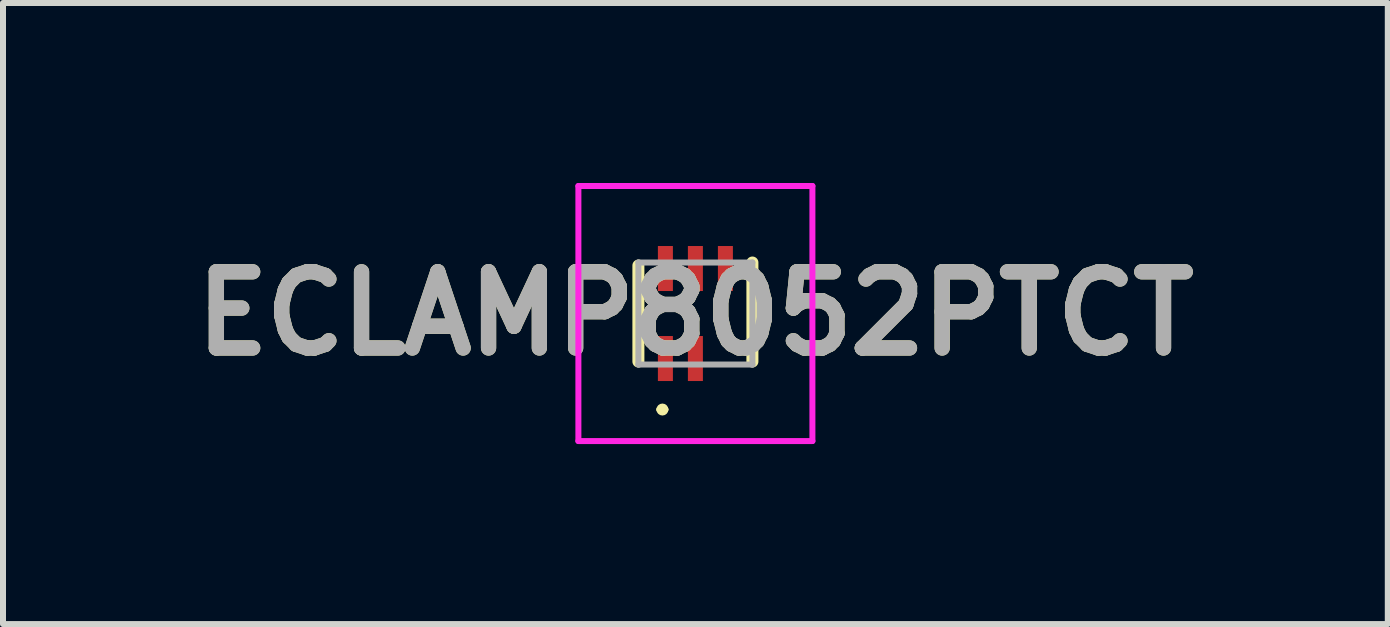
<source format=kicad_pcb>
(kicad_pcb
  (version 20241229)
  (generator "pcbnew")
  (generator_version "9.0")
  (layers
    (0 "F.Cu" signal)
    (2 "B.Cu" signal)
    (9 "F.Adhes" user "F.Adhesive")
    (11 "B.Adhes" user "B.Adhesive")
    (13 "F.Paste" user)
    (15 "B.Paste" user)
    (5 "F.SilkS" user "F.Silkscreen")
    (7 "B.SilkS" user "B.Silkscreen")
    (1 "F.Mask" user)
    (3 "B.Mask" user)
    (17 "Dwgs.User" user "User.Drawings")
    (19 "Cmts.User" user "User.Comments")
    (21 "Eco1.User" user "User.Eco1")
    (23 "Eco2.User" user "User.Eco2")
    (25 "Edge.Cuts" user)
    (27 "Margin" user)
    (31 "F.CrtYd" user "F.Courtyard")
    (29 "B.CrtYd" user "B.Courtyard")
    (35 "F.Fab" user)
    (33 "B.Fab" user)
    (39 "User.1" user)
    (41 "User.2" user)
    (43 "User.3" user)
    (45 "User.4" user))
  (footprint "ECLAMP8052PTCT"
    (layer "F.Cu")
    (at 8.539 2.175)
    (property "Reference" "ECLAMP8052PTCT" (at 0 0 0) (layer "F.SilkS") (effects (font (size 1.27 1.27) (thickness 0.254))))
    (attr smd)
    (fp_line (start -0.95 -0.8) (end -0.95 0.8) (stroke (width 0.2) (type solid)) (layer "F.SilkS"))
    (fp_line (start -0.6 1.6) (end -0.6 1.6) (stroke (width 0.1) (type solid)) (layer "F.SilkS"))
    (fp_line (start -0.5 1.6) (end -0.5 1.6) (stroke (width 0.1) (type solid)) (layer "F.SilkS"))
    (fp_line (start 0.95 -0.85) (end 0.95 0.8) (stroke (width 0.2) (type solid)) (layer "F.SilkS"))
    (fp_arc (start -0.6 1.6) (mid -0.55 1.55) (end -0.5 1.6) (stroke (width 0.1) (type solid)) (layer "F.SilkS"))
    (fp_arc (start -0.5 1.6) (mid -0.55 1.65) (end -0.6 1.6) (stroke (width 0.1) (type solid)) (layer "F.SilkS"))
    (fp_line (start -1.95 -2.125) (end 1.95 -2.125) (stroke (width 0.1) (type solid)) (layer "F.CrtYd"))
    (fp_line (start -1.95 2.125) (end -1.95 -2.125) (stroke (width 0.1) (type solid)) (layer "F.CrtYd"))
    (fp_line (start 1.95 -2.125) (end 1.95 2.125) (stroke (width 0.1) (type solid)) (layer "F.CrtYd"))
    (fp_line (start 1.95 2.125) (end -1.95 2.125) (stroke (width 0.1) (type solid)) (layer "F.CrtYd"))
    (fp_line (start -0.95 -0.85) (end 0.95 -0.85) (stroke (width 0.1) (type solid)) (layer "F.Fab"))
    (fp_line (start -0.95 0.85) (end -0.95 -0.85) (stroke (width 0.1) (type solid)) (layer "F.Fab"))
    (fp_line (start 0.95 -0.85) (end 0.95 0.85) (stroke (width 0.1) (type solid)) (layer "F.Fab"))
    (fp_line (start 0.95 0.85) (end -0.95 0.85) (stroke (width 0.1) (type solid)) (layer "F.Fab"))
    (fp_text user "${REFERENCE}" (at 0 0 0) (layer "F.Fab") (effects (font (size 1.27 1.27) (thickness 0.254))))
    (pad "1" smd rect (at -0.5 0.75) (size 0.25 0.75) (layers "F.Cu" "F.Mask" "F.Paste"))
    (pad "2" smd rect (at 0 0.75) (size 0.25 0.75) (layers "F.Cu" "F.Mask" "F.Paste"))
    (pad "3" smd rect (at 0.5 -0.75) (size 0.25 0.75) (layers "F.Cu" "F.Mask" "F.Paste"))
    (pad "4" smd rect (at 0 -0.75) (size 0.25 0.75) (layers "F.Cu" "F.Mask" "F.Paste"))
    (pad "5" smd rect (at -0.5 -0.75) (size 0.25 0.75) (layers "F.Cu" "F.Mask" "F.Paste")))
  (gr_rect
    (start -3 -3)
    (end 20.078 7.35)
    (stroke (width 0.1) (type default))
    (fill no)
    (layer "Edge.Cuts")))
</source>
